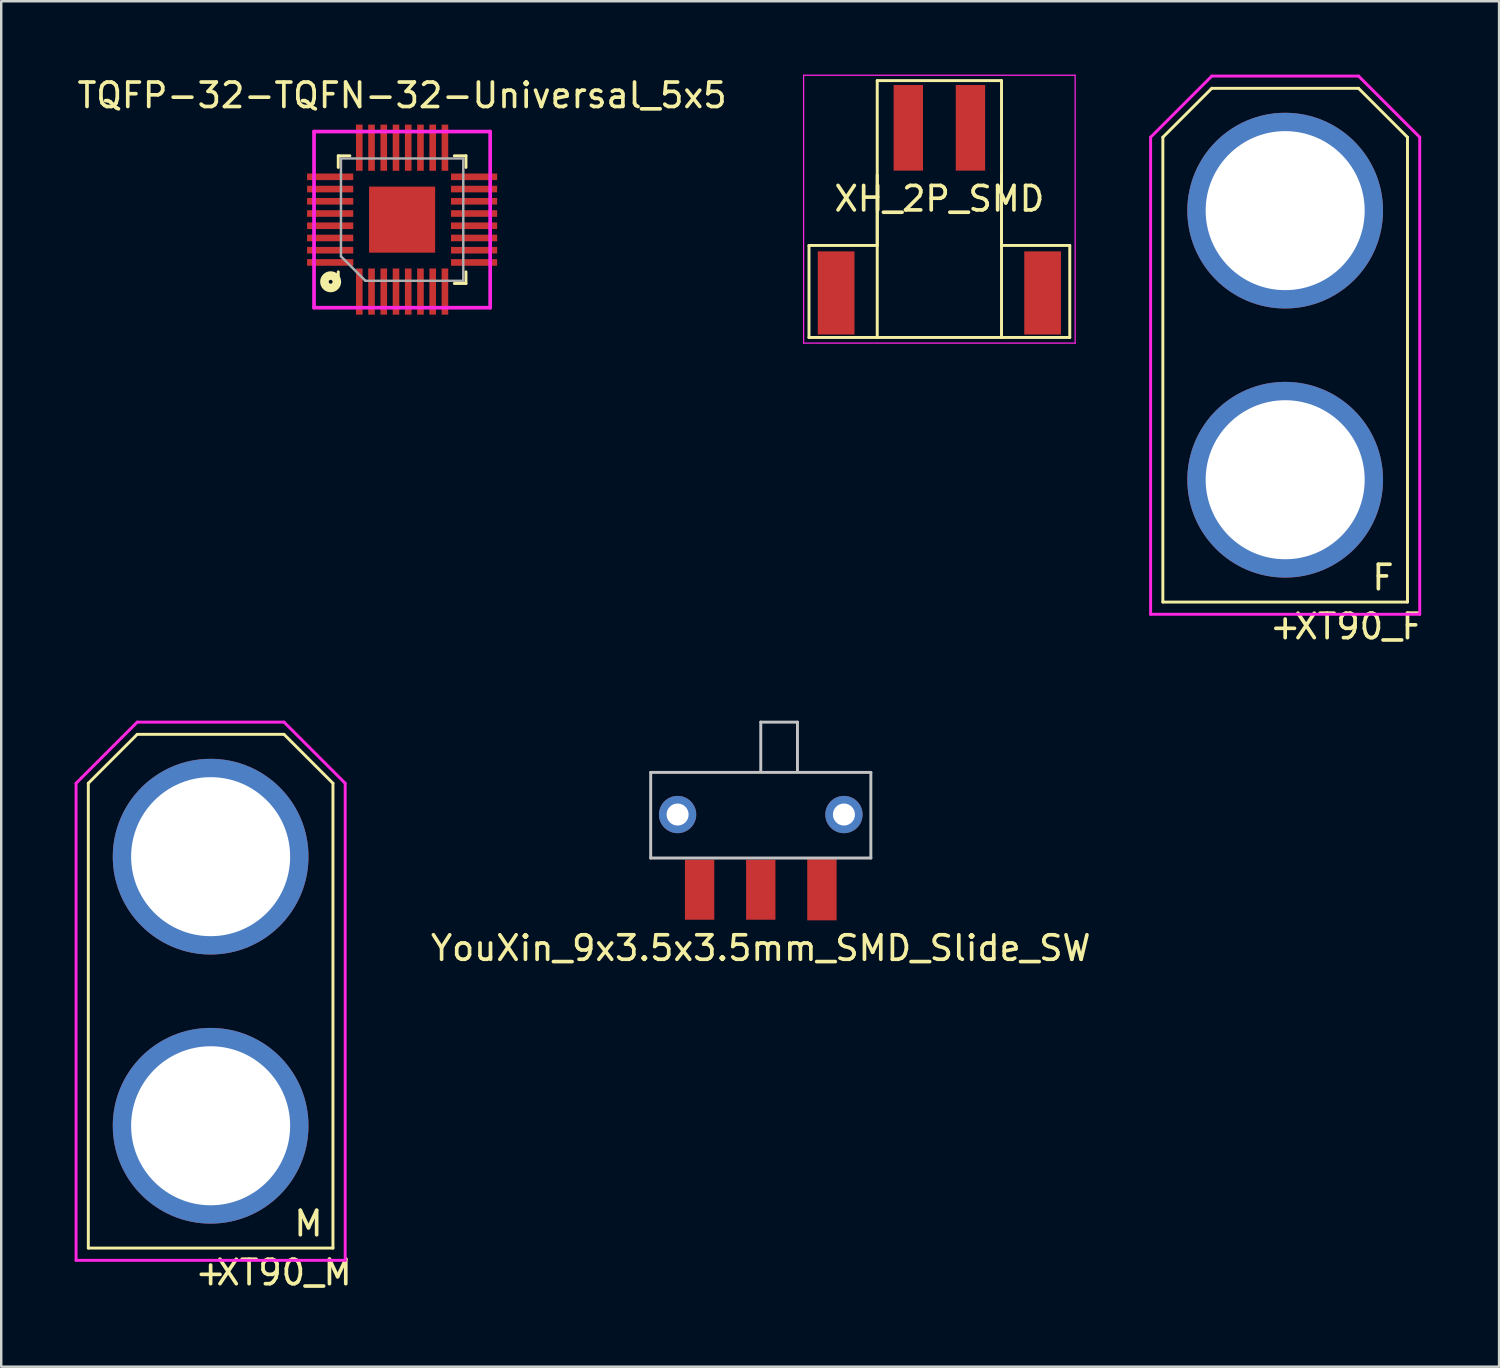
<source format=kicad_pcb>
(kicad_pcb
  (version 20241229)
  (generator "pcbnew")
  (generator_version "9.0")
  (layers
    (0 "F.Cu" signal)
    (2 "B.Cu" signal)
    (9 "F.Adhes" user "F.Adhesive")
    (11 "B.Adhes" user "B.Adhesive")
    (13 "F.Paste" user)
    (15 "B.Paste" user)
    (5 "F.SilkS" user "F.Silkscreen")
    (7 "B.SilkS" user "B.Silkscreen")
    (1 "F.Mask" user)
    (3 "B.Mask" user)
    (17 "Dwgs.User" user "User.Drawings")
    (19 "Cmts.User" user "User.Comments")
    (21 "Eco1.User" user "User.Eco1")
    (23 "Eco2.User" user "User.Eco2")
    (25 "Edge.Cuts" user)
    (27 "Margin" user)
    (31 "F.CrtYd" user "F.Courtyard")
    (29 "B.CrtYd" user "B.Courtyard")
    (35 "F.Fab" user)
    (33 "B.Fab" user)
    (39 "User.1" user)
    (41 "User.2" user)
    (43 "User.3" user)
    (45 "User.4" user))
  (footprint "TQFP-32-TQFN-32-Universal_5x5"
    (layer "F.Cu")
    (at 13.387 5.928)
    (property "Reference" "TQFP-32-TQFN-32-Universal_5x5" (at 0 -5.08 0) (layer "F.SilkS") (effects (font (size 1 1) (thickness 0.15))))
    (attr through_hole)
    (fp_line (start -2.61 -2.61) (end -2.135 -2.61) (stroke (width 0.12) (type solid)) (layer "F.SilkS"))
    (fp_line (start -2.61 -2.135) (end -2.61 -2.61) (stroke (width 0.12) (type solid)) (layer "F.SilkS"))
    (fp_line (start -2.61 2.135) (end -2.61 2.61) (stroke (width 0.12) (type solid)) (layer "F.SilkS"))
    (fp_line (start 2.61 -2.61) (end 2.135 -2.61) (stroke (width 0.12) (type solid)) (layer "F.SilkS"))
    (fp_line (start 2.61 -2.135) (end 2.61 -2.61) (stroke (width 0.12) (type solid)) (layer "F.SilkS"))
    (fp_line (start 2.61 2.135) (end 2.61 2.61) (stroke (width 0.12) (type solid)) (layer "F.SilkS"))
    (fp_line (start 2.61 2.61) (end 2.135 2.61) (stroke (width 0.12) (type solid)) (layer "F.SilkS"))
    (fp_circle (center -2.921 2.54) (end -2.667 2.54) (stroke (width 0.35) (type solid)) (fill no) (layer "F.SilkS"))
    (fp_line (start -3.6 -3.6) (end 3.6 -3.6) (stroke (width 0.15) (type solid)) (layer "F.CrtYd"))
    (fp_line (start -3.6 3.6) (end -3.6 -3.6) (stroke (width 0.15) (type solid)) (layer "F.CrtYd"))
    (fp_line (start 3.6 -3.6) (end 3.6 3.6) (stroke (width 0.15) (type solid)) (layer "F.CrtYd"))
    (fp_line (start 3.6 3.6) (end -3.6 3.6) (stroke (width 0.15) (type solid)) (layer "F.CrtYd"))
    (fp_line (start -2.5 -2.5) (end 2.5 -2.5) (stroke (width 0.1) (type solid)) (layer "F.Fab"))
    (fp_line (start -2.5 1.5) (end -2.5 -2.5) (stroke (width 0.1) (type solid)) (layer "F.Fab"))
    (fp_line (start -1.5 2.5) (end -2.5 1.5) (stroke (width 0.1) (type solid)) (layer "F.Fab"))
    (fp_line (start 2.5 -2.5) (end 2.5 2.5) (stroke (width 0.1) (type solid)) (layer "F.Fab"))
    (fp_line (start 2.5 2.5) (end -1.5 2.5) (stroke (width 0.1) (type solid)) (layer "F.Fab"))
    (pad "" smd roundrect (at -0.889 -0.889 90) (size 0.89 0.89) (layers "F.Paste") (roundrect_rratio 0.25))
    (pad "" smd roundrect (at -0.889 0 90) (size 0.89 0.89) (layers "F.Paste") (roundrect_rratio 0.25))
    (pad "" smd roundrect (at -0.889 0.889 90) (size 0.89 0.89) (layers "F.Paste") (roundrect_rratio 0.25))
    (pad "" smd roundrect (at 0 -0.889 90) (size 0.89 0.89) (layers "F.Paste") (roundrect_rratio 0.25))
    (pad "" smd roundrect (at 0 0 90) (size 0.89 0.89) (layers "F.Paste") (roundrect_rratio 0.25))
    (pad "" smd roundrect (at 0 0.889 90) (size 0.89 0.89) (layers "F.Paste") (roundrect_rratio 0.25))
    (pad "" smd roundrect (at 0.889 -0.889 90) (size 0.89 0.89) (layers "F.Paste") (roundrect_rratio 0.25))
    (pad "" smd roundrect (at 0.889 0 90) (size 0.89 0.89) (layers "F.Paste") (roundrect_rratio 0.25))
    (pad "" smd roundrect (at 0.889 0.889 90) (size 0.89 0.89) (layers "F.Paste") (roundrect_rratio 0.25))
    (pad "1" smd rect (at -1.75 2.941) (size 0.27 1.887) (layers "F.Cu" "F.Mask" "F.Paste"))
    (pad "2" smd rect (at -1.25 2.941) (size 0.27 1.887) (layers "F.Cu" "F.Mask" "F.Paste"))
    (pad "3" smd rect (at -0.75 2.941) (size 0.27 1.887) (layers "F.Cu" "F.Mask" "F.Paste"))
    (pad "4" smd rect (at -0.25 2.941) (size 0.27 1.887) (layers "F.Cu" "F.Mask" "F.Paste"))
    (pad "5" smd rect (at 0.25 2.941) (size 0.27 1.887) (layers "F.Cu" "F.Mask" "F.Paste"))
    (pad "6" smd rect (at 0.75 2.941) (size 0.27 1.887) (layers "F.Cu" "F.Mask" "F.Paste"))
    (pad "7" smd rect (at 1.25 2.941) (size 0.27 1.887) (layers "F.Cu" "F.Mask" "F.Paste"))
    (pad "8" smd rect (at 1.75 2.941) (size 0.27 1.887) (layers "F.Cu" "F.Mask" "F.Paste"))
    (pad "9" smd rect (at 2.941 1.75 90) (size 0.27 1.887) (layers "F.Cu" "F.Mask" "F.Paste"))
    (pad "10" smd rect (at 2.941 1.25 90) (size 0.27 1.887) (layers "F.Cu" "F.Mask" "F.Paste"))
    (pad "11" smd rect (at 2.941 0.75 90) (size 0.27 1.887) (layers "F.Cu" "F.Mask" "F.Paste"))
    (pad "12" smd rect (at 2.941 0.25 90) (size 0.27 1.887) (layers "F.Cu" "F.Mask" "F.Paste"))
    (pad "13" smd rect (at 2.941 -0.25 90) (size 0.27 1.887) (layers "F.Cu" "F.Mask" "F.Paste"))
    (pad "14" smd rect (at 2.941 -0.75 90) (size 0.27 1.887) (layers "F.Cu" "F.Mask" "F.Paste"))
    (pad "15" smd rect (at 2.941 -1.25 90) (size 0.27 1.887) (layers "F.Cu" "F.Mask" "F.Paste"))
    (pad "16" smd rect (at 2.941 -1.75 90) (size 0.27 1.887) (layers "F.Cu" "F.Mask" "F.Paste"))
    (pad "17" smd rect (at 1.75 -2.941) (size 0.27 1.887) (layers "F.Cu" "F.Mask" "F.Paste"))
    (pad "18" smd rect (at 1.25 -2.941) (size 0.27 1.887) (layers "F.Cu" "F.Mask" "F.Paste"))
    (pad "19" smd rect (at 0.75 -2.941) (size 0.27 1.887) (layers "F.Cu" "F.Mask" "F.Paste"))
    (pad "20" smd rect (at 0.25 -2.941) (size 0.27 1.887) (layers "F.Cu" "F.Mask" "F.Paste"))
    (pad "21" smd rect (at -0.25 -2.941) (size 0.27 1.887) (layers "F.Cu" "F.Mask" "F.Paste"))
    (pad "22" smd rect (at -0.75 -2.941) (size 0.27 1.887) (layers "F.Cu" "F.Mask" "F.Paste"))
    (pad "23" smd rect (at -1.25 -2.941) (size 0.27 1.887) (layers "F.Cu" "F.Mask" "F.Paste"))
    (pad "24" smd rect (at -1.75 -2.941) (size 0.27 1.887) (layers "F.Cu" "F.Mask" "F.Paste"))
    (pad "25" smd rect (at -2.941 -1.75 90) (size 0.27 1.887) (layers "F.Cu" "F.Mask" "F.Paste"))
    (pad "26" smd rect (at -2.941 -1.25 90) (size 0.27 1.887) (layers "F.Cu" "F.Mask" "F.Paste"))
    (pad "27" smd rect (at -2.941 -0.75 90) (size 0.27 1.887) (layers "F.Cu" "F.Mask" "F.Paste"))
    (pad "28" smd rect (at -2.941 -0.25 90) (size 0.27 1.887) (layers "F.Cu" "F.Mask" "F.Paste"))
    (pad "29" smd rect (at -2.941 0.25 90) (size 0.27 1.887) (layers "F.Cu" "F.Mask" "F.Paste"))
    (pad "30" smd rect (at -2.941 0.75 90) (size 0.27 1.887) (layers "F.Cu" "F.Mask" "F.Paste"))
    (pad "31" smd rect (at -2.941 1.25 90) (size 0.27 1.887) (layers "F.Cu" "F.Mask" "F.Paste"))
    (pad "32" smd rect (at -2.941 1.75 90) (size 0.27 1.887) (layers "F.Cu" "F.Mask" "F.Paste"))
    (pad "33" smd rect (at 0 0 90) (size 2.7 2.7) (layers "F.Cu" "F.Mask")))
  (footprint "XT90_M"
    (layer "F.Cu")
    (at 5.56 31.968)
    (property "Reference" "XT90_M" (at 3 17 0) (layer "F.SilkS") (effects (font (size 1 1) (thickness 0.15))))
    (attr through_hole)
    (fp_line (start -5 -3) (end -5 16) (stroke (width 0.12) (type solid)) (layer "F.SilkS"))
    (fp_line (start -5 16) (end 5 16) (stroke (width 0.12) (type solid)) (layer "F.SilkS"))
    (fp_line (start -3 -5) (end -5 -3) (stroke (width 0.12) (type solid)) (layer "F.SilkS"))
    (fp_line (start -3 -5) (end 3 -5) (stroke (width 0.12) (type solid)) (layer "F.SilkS"))
    (fp_line (start 3 -5) (end 5 -3) (stroke (width 0.12) (type solid)) (layer "F.SilkS"))
    (fp_line (start 5 -3) (end 5 16) (stroke (width 0.12) (type solid)) (layer "F.SilkS"))
    (fp_line (start -5.5 -3) (end -3 -5.5) (stroke (width 0.12) (type solid)) (layer "F.CrtYd"))
    (fp_line (start -5.5 16.5) (end -5.5 -3) (stroke (width 0.12) (type solid)) (layer "F.CrtYd"))
    (fp_line (start -3 -5.5) (end 3 -5.5) (stroke (width 0.12) (type solid)) (layer "F.CrtYd"))
    (fp_line (start 3 -5.5) (end 5.5 -3) (stroke (width 0.12) (type solid)) (layer "F.CrtYd"))
    (fp_line (start 5.5 -3) (end 5.5 16.5) (stroke (width 0.12) (type solid)) (layer "F.CrtYd"))
    (fp_line (start 5.5 16.5) (end -5.5 16.5) (stroke (width 0.12) (type solid)) (layer "F.CrtYd"))
    (fp_text user "M" (at 4 15 0) (layer "F.SilkS") (effects (font (size 1 1) (thickness 0.15))))
    (fp_text user "+" (at 0 17 0) (layer "F.SilkS") (effects (font (size 1 1) (thickness 0.15))))
    (pad "1" thru_hole circle (at 0 0) (size 8 8) (drill 6.5) (layers "*.Cu" "*.Mask"))
    (pad "2" thru_hole circle (at 0 11) (size 8 8) (drill 6.5) (layers "*.Cu" "*.Mask")))
  (footprint "XT90_F"
    (layer "F.Cu")
    (at 49.484 5.56)
    (property "Reference" "XT90_F" (at 3 17 0) (layer "F.SilkS") (effects (font (size 1 1) (thickness 0.15))))
    (attr through_hole)
    (fp_line (start -5 -3) (end -5 16) (stroke (width 0.12) (type solid)) (layer "F.SilkS"))
    (fp_line (start -5 16) (end 5 16) (stroke (width 0.12) (type solid)) (layer "F.SilkS"))
    (fp_line (start -3 -5) (end -5 -3) (stroke (width 0.12) (type solid)) (layer "F.SilkS"))
    (fp_line (start -3 -5) (end 3 -5) (stroke (width 0.12) (type solid)) (layer "F.SilkS"))
    (fp_line (start 3 -5) (end 5 -3) (stroke (width 0.12) (type solid)) (layer "F.SilkS"))
    (fp_line (start 5 -3) (end 5 16) (stroke (width 0.12) (type solid)) (layer "F.SilkS"))
    (fp_line (start -5.5 -3) (end -3 -5.5) (stroke (width 0.12) (type solid)) (layer "F.CrtYd"))
    (fp_line (start -5.5 16.5) (end -5.5 -3) (stroke (width 0.12) (type solid)) (layer "F.CrtYd"))
    (fp_line (start -3 -5.5) (end 3 -5.5) (stroke (width 0.12) (type solid)) (layer "F.CrtYd"))
    (fp_line (start 3 -5.5) (end 5.5 -3) (stroke (width 0.12) (type solid)) (layer "F.CrtYd"))
    (fp_line (start 5.5 -3) (end 5.5 16.5) (stroke (width 0.12) (type solid)) (layer "F.CrtYd"))
    (fp_line (start 5.5 16.5) (end -5.5 16.5) (stroke (width 0.12) (type solid)) (layer "F.CrtYd"))
    (fp_text user "+" (at 0 17 0) (layer "F.SilkS") (effects (font (size 1 1) (thickness 0.15))))
    (fp_text user "F" (at 4 15 0) (layer "F.SilkS") (effects (font (size 1 1) (thickness 0.15))))
    (pad "1" thru_hole circle (at 0 0) (size 8 8) (drill 6.5) (layers "*.Cu" "*.Mask"))
    (pad "2" thru_hole circle (at 0 11) (size 8 8) (drill 6.5) (layers "*.Cu" "*.Mask")))
  (footprint "YouXin_9x3.5x3.5mm_SMD_Slide_SW"
    (layer "F.Cu")
    (at 28.048 30.246)
    (property "Reference" "YouXin_9x3.5x3.5mm_SMD_Slide_SW" (at 0 5.461 0) (layer "F.SilkS") (effects (font (size 1 1) (thickness 0.15))))
    (attr through_hole)
    (fp_line (start -4.5 -1.722) (end 4.5 -1.722) (stroke (width 0.12) (type solid)) (layer "Dwgs.User"))
    (fp_line (start -4.5 1.778) (end -4.5 -1.722) (stroke (width 0.12) (type solid)) (layer "Dwgs.User"))
    (fp_line (start 0 -3.778) (end 1.5 -3.778) (stroke (width 0.12) (type solid)) (layer "Dwgs.User"))
    (fp_line (start 0 -1.778) (end 0 -3.778) (stroke (width 0.12) (type solid)) (layer "Dwgs.User"))
    (fp_line (start 1.5 -1.778) (end 1.5 -3.778) (stroke (width 0.12) (type solid)) (layer "Dwgs.User"))
    (fp_line (start 4.5 1.778) (end -4.5 1.778) (stroke (width 0.12) (type solid)) (layer "Dwgs.User"))
    (fp_line (start 4.5 1.778) (end 4.5 -1.722) (stroke (width 0.12) (type solid)) (layer "Dwgs.User"))
    (pad "" thru_hole circle (at -3.4 0) (size 1.524 1.524) (drill 0.9) (layers "*.Cu" "*.Mask"))
    (pad "" thru_hole circle (at 3.4 0) (size 1.524 1.524) (drill 0.9) (layers "*.Cu" "*.Mask"))
    (pad "1" smd rect (at -2.5 3.075) (size 1.2 2.45) (layers "F.Cu" "F.Mask" "F.Paste"))
    (pad "2" smd rect (at 0 3.075) (size 1.2 2.45) (layers "F.Cu" "F.Mask" "F.Paste"))
    (pad "3" smd rect (at 2.5 3.075) (size 1.2 2.5) (layers "F.Cu" "F.Mask" "F.Paste")))
  (footprint "XH_2P_SMD"
    (layer "F.Cu")
    (at 35.349 2.175)
    (property "Reference" "XH_2P_SMD" (at 0 2.9 0) (layer "F.SilkS") (effects (font (size 1 1) (thickness 0.15))))
    (attr through_hole)
    (fp_line (start -5.33 4.81) (end -2.54 4.81) (stroke (width 0.12) (type solid)) (layer "F.SilkS"))
    (fp_line (start -5.33 8.57) (end -5.33 4.81) (stroke (width 0.12) (type solid)) (layer "F.SilkS"))
    (fp_line (start -2.54 -1.93) (end 2.54 -1.93) (stroke (width 0.12) (type solid)) (layer "F.SilkS"))
    (fp_line (start -2.54 1.93) (end -2.54 8.57) (stroke (width 0.12) (type solid)) (layer "F.SilkS"))
    (fp_line (start -2.54 4.81) (end -2.54 -1.93) (stroke (width 0.12) (type solid)) (layer "F.SilkS"))
    (fp_line (start -2.54 8.57) (end -5.33 8.57) (stroke (width 0.12) (type solid)) (layer "F.SilkS"))
    (fp_line (start -2.54 8.57) (end 2.54 8.57) (stroke (width 0.12) (type solid)) (layer "F.SilkS"))
    (fp_line (start 2.54 1.93) (end 2.54 8.57) (stroke (width 0.12) (type solid)) (layer "F.SilkS"))
    (fp_line (start 2.54 4.81) (end 2.54 -1.93) (stroke (width 0.12) (type solid)) (layer "F.SilkS"))
    (fp_line (start 2.54 8.57) (end 5.33 8.57) (stroke (width 0.12) (type solid)) (layer "F.SilkS"))
    (fp_line (start 5.33 4.81) (end 2.54 4.81) (stroke (width 0.12) (type solid)) (layer "F.SilkS"))
    (fp_line (start 5.33 8.57) (end 5.33 4.81) (stroke (width 0.12) (type solid)) (layer "F.SilkS"))
    (fp_line (start -5.55 -2.15) (end -5.55 8.8) (stroke (width 0.05) (type solid)) (layer "F.CrtYd"))
    (fp_line (start -5.55 -2.15) (end 5.55 -2.15) (stroke (width 0.05) (type solid)) (layer "F.CrtYd"))
    (fp_line (start -5.55 8.8) (end 5.55 8.8) (stroke (width 0.05) (type solid)) (layer "F.CrtYd"))
    (fp_line (start 5.55 -2.15) (end 5.55 8.8) (stroke (width 0.05) (type solid)) (layer "F.CrtYd"))
    (pad "0" smd rect (at -4.22 6.75) (size 1.5 3.4) (layers "F.Cu" "F.Mask" "F.Paste"))
    (pad "0" smd rect (at 4.22 6.75) (size 1.5 3.4) (layers "F.Cu" "F.Mask" "F.Paste"))
    (pad "1" smd rect (at -1.27 0) (size 1.2 3.5) (layers "F.Cu" "F.Mask" "F.Paste"))
    (pad "2" smd rect (at 1.27 0) (size 1.2 3.5) (layers "F.Cu" "F.Mask" "F.Paste")))
  (gr_rect
    (start -3 -3)
    (end 58.228 52.816)
    (stroke (width 0.1) (type default))
    (fill no)
    (layer "Edge.Cuts")))
</source>
